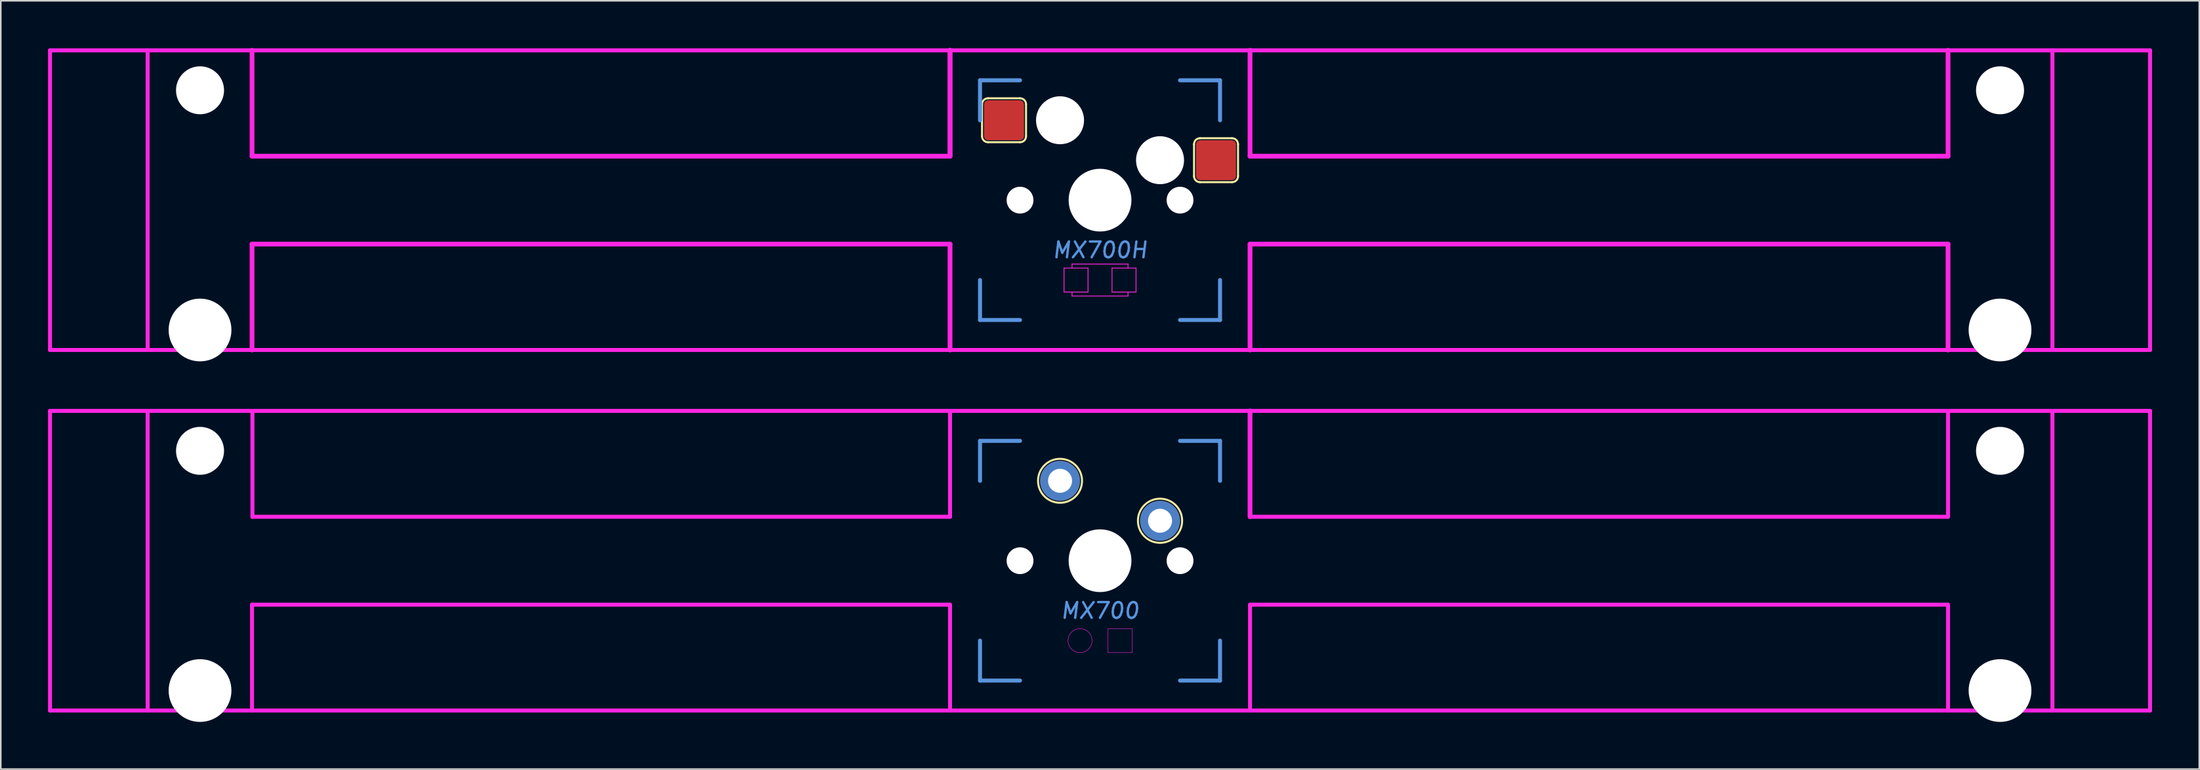
<source format=kicad_pcb>
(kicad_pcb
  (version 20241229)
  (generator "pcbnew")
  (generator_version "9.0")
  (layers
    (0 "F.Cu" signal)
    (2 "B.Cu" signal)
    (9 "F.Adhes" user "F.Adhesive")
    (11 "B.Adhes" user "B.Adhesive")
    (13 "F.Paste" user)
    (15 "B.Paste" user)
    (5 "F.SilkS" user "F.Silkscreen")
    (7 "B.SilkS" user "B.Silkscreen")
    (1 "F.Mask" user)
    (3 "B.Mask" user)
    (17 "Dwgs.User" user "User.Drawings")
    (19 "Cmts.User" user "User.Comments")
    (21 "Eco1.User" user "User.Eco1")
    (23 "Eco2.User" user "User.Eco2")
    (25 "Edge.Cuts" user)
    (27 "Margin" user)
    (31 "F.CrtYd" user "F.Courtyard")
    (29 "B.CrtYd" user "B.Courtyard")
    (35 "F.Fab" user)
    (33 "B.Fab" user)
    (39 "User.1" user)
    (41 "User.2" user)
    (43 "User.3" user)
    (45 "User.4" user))
  (footprint "MX700"
    (layer "F.Cu")
    (at 66.802 32.599)
    (property "Reference" "MX700" (at 0 3.175 0) (layer "Cmts.User") (effects (font (size 1 1) (thickness 0.15) (italic yes))))
    (attr through_hole)
    (fp_circle (center -2.54 -5.08) (end -1.143 -5.08) (stroke (width 0.127) (type solid)) (fill no) (layer "F.SilkS"))
    (fp_circle (center 3.81 -2.54) (end 5.213 -2.54) (stroke (width 0.127) (type solid)) (fill no) (layer "F.SilkS"))
    (fp_line (start -7.62 -7.62) (end -7.62 -5.08) (stroke (width 0.254) (type solid)) (layer "Cmts.User"))
    (fp_line (start -7.62 -7.62) (end -5.08 -7.62) (stroke (width 0.254) (type solid)) (layer "Cmts.User"))
    (fp_line (start -7.62 7.62) (end -7.62 5.08) (stroke (width 0.254) (type solid)) (layer "Cmts.User"))
    (fp_line (start -7.62 7.62) (end -5.08 7.62) (stroke (width 0.254) (type solid)) (layer "Cmts.User"))
    (fp_line (start 7.62 -7.62) (end 5.08 -7.62) (stroke (width 0.254) (type solid)) (layer "Cmts.User"))
    (fp_line (start 7.62 -7.62) (end 7.62 -5.08) (stroke (width 0.254) (type solid)) (layer "Cmts.User"))
    (fp_line (start 7.62 7.62) (end 5.08 7.62) (stroke (width 0.254) (type solid)) (layer "Cmts.User"))
    (fp_line (start 7.62 7.62) (end 7.62 5.08) (stroke (width 0.254) (type solid)) (layer "Cmts.User"))
    (fp_line (start -66.675 -9.525) (end -66.675 9.525) (stroke (width 0.254) (type solid)) (layer "F.CrtYd"))
    (fp_line (start -66.675 -9.525) (end 66.675 -9.525) (stroke (width 0.254) (type solid)) (layer "F.CrtYd"))
    (fp_line (start -66.675 9.525) (end 66.675 9.525) (stroke (width 0.254) (type solid)) (layer "F.CrtYd"))
    (fp_line (start -60.477 -9.525) (end -60.477 9.525) (stroke (width 0.254) (type solid)) (layer "F.CrtYd"))
    (fp_line (start -53.848 2.794) (end -9.55 2.794) (stroke (width 0.254) (type solid)) (layer "F.CrtYd"))
    (fp_line (start -53.848 9.525) (end -53.848 2.794) (stroke (width 0.254) (type solid)) (layer "F.CrtYd"))
    (fp_line (start -53.823 -9.525) (end -53.823 -2.794) (stroke (width 0.254) (type solid)) (layer "F.CrtYd"))
    (fp_line (start -53.823 -2.794) (end -9.525 -2.794) (stroke (width 0.254) (type solid)) (layer "F.CrtYd"))
    (fp_line (start -9.525 -9.525) (end -9.525 -2.794) (stroke (width 0.254) (type solid)) (layer "F.CrtYd"))
    (fp_line (start -9.525 2.794) (end -9.525 9.525) (stroke (width 0.254) (type solid)) (layer "F.CrtYd"))
    (fp_line (start 0.508 4.318) (end 2.032 4.318) (stroke (width 0.025) (type solid)) (layer "F.CrtYd"))
    (fp_line (start 0.508 4.572) (end 0.508 4.318) (stroke (width 0.025) (type solid)) (layer "F.CrtYd"))
    (fp_line (start 0.508 5.842) (end 0.508 4.572) (stroke (width 0.025) (type solid)) (layer "F.CrtYd"))
    (fp_line (start 2.032 4.318) (end 2.032 5.842) (stroke (width 0.025) (type solid)) (layer "F.CrtYd"))
    (fp_line (start 2.032 5.842) (end 0.508 5.842) (stroke (width 0.025) (type solid)) (layer "F.CrtYd"))
    (fp_line (start 9.525 -9.525) (end 9.525 -2.794) (stroke (width 0.3) (type solid)) (layer "F.CrtYd"))
    (fp_line (start 9.525 -2.794) (end 53.823 -2.794) (stroke (width 0.254) (type solid)) (layer "F.CrtYd"))
    (fp_line (start 9.525 2.794) (end 9.525 9.525) (stroke (width 0.254) (type solid)) (layer "F.CrtYd"))
    (fp_line (start 9.525 2.794) (end 53.823 2.794) (stroke (width 0.254) (type solid)) (layer "F.CrtYd"))
    (fp_line (start 53.848 -9.525) (end 53.848 -2.794) (stroke (width 0.254) (type solid)) (layer "F.CrtYd"))
    (fp_line (start 53.848 9.525) (end 53.848 2.794) (stroke (width 0.254) (type solid)) (layer "F.CrtYd"))
    (fp_line (start 60.477 -9.525) (end 60.477 9.525) (stroke (width 0.254) (type solid)) (layer "F.CrtYd"))
    (fp_line (start 66.675 -9.525) (end 66.675 9.525) (stroke (width 0.254) (type solid)) (layer "F.CrtYd"))
    (fp_circle (center -1.27 5.08) (end -0.508 5.08) (stroke (width 0.025) (type solid)) (fill no) (layer "F.CrtYd"))
    (pad "" np_thru_hole circle (at -57.15 -6.985) (size 3.048 3.048) (drill 3.048) (layers "*.Cu" "*.Mask"))
    (pad "" np_thru_hole circle (at -57.15 8.255) (size 3.988 3.988) (drill 3.988) (layers "*.Cu" "*.Mask"))
    (pad "" np_thru_hole circle (at -5.08 0) (size 1.702 1.702) (drill 1.702) (layers "*.Cu" "*.Mask"))
    (pad "" np_thru_hole circle (at 0 0) (size 3.988 3.988) (drill 3.988) (layers "*.Cu" "*.Mask"))
    (pad "" np_thru_hole circle (at 5.08 0) (size 1.702 1.702) (drill 1.702) (layers "*.Cu" "*.Mask"))
    (pad "" np_thru_hole circle (at 57.15 -6.985) (size 3.048 3.048) (drill 3.048) (layers "*.Cu" "*.Mask"))
    (pad "" np_thru_hole circle (at 57.15 8.255) (size 3.988 3.988) (drill 3.988) (layers "*.Cu" "*.Mask"))
    (pad "1" thru_hole circle (at -2.54 -5.08) (size 2.54 2.54) (drill 1.524) (layers "*.Cu" "*.Mask"))
    (pad "2" thru_hole circle (at 3.81 -2.54) (size 2.54 2.54) (drill 1.524) (layers "*.Cu" "*.Mask")))
  (footprint "MX700H"
    (layer "F.Cu")
    (at 66.802 9.675)
    (property "Reference" "MX700H" (at 0 3.175 0) (layer "Cmts.User") (effects (font (size 1 1) (thickness 0.15) (italic yes))))
    (attr through_hole)
    (fp_line (start -7.493 -6.096) (end -7.493 -4.064) (stroke (width 0.127) (type solid)) (layer "F.SilkS"))
    (fp_line (start -7.112 -3.683) (end -5.08 -3.683) (stroke (width 0.127) (type solid)) (layer "F.SilkS"))
    (fp_line (start -5.08 -6.477) (end -7.112 -6.477) (stroke (width 0.127) (type solid)) (layer "F.SilkS"))
    (fp_line (start -4.699 -4.064) (end -4.699 -6.096) (stroke (width 0.127) (type solid)) (layer "F.SilkS"))
    (fp_line (start 5.969 -3.556) (end 5.969 -1.524) (stroke (width 0.127) (type solid)) (layer "F.SilkS"))
    (fp_line (start 6.35 -1.143) (end 8.382 -1.143) (stroke (width 0.127) (type solid)) (layer "F.SilkS"))
    (fp_line (start 8.382 -3.937) (end 6.35 -3.937) (stroke (width 0.127) (type solid)) (layer "F.SilkS"))
    (fp_line (start 8.763 -1.524) (end 8.763 -3.556) (stroke (width 0.127) (type solid)) (layer "F.SilkS"))
    (fp_arc (start -7.493 -6.096) (mid -7.381408 -6.365408) (end -7.112 -6.477) (stroke (width 0.127) (type solid)) (layer "F.SilkS"))
    (fp_arc (start -7.112 -3.683) (mid -7.381408 -3.794592) (end -7.493 -4.064) (stroke (width 0.127) (type solid)) (layer "F.SilkS"))
    (fp_arc (start -5.08 -6.477) (mid -4.810592 -6.365408) (end -4.699 -6.096) (stroke (width 0.127) (type solid)) (layer "F.SilkS"))
    (fp_arc (start -4.699 -4.064) (mid -4.810592 -3.794592) (end -5.08 -3.683) (stroke (width 0.127) (type solid)) (layer "F.SilkS"))
    (fp_arc (start 5.969 -3.556) (mid 6.080592 -3.825408) (end 6.35 -3.937) (stroke (width 0.127) (type solid)) (layer "F.SilkS"))
    (fp_arc (start 6.35 -1.143) (mid 6.080592 -1.254592) (end 5.969 -1.524) (stroke (width 0.127) (type solid)) (layer "F.SilkS"))
    (fp_arc (start 8.382 -3.937) (mid 8.651408 -3.825408) (end 8.763 -3.556) (stroke (width 0.127) (type solid)) (layer "F.SilkS"))
    (fp_arc (start 8.763 -1.524) (mid 8.651408 -1.254592) (end 8.382 -1.143) (stroke (width 0.127) (type solid)) (layer "F.SilkS"))
    (fp_line (start -7.62 -7.62) (end -7.62 -5.08) (stroke (width 0.254) (type solid)) (layer "Cmts.User"))
    (fp_line (start -7.62 -7.62) (end -5.08 -7.62) (stroke (width 0.254) (type solid)) (layer "Cmts.User"))
    (fp_line (start -7.62 7.62) (end -7.62 5.08) (stroke (width 0.254) (type solid)) (layer "Cmts.User"))
    (fp_line (start -7.62 7.62) (end -5.08 7.62) (stroke (width 0.254) (type solid)) (layer "Cmts.User"))
    (fp_line (start 7.62 -7.62) (end 5.08 -7.62) (stroke (width 0.254) (type solid)) (layer "Cmts.User"))
    (fp_line (start 7.62 -7.62) (end 7.62 -5.08) (stroke (width 0.254) (type solid)) (layer "Cmts.User"))
    (fp_line (start 7.62 7.62) (end 5.08 7.62) (stroke (width 0.254) (type solid)) (layer "Cmts.User"))
    (fp_line (start 7.62 7.62) (end 7.62 5.08) (stroke (width 0.254) (type solid)) (layer "Cmts.User"))
    (fp_line (start -66.675 -9.525) (end -66.675 9.525) (stroke (width 0.254) (type solid)) (layer "F.CrtYd"))
    (fp_line (start -66.675 -9.525) (end 66.675 -9.525) (stroke (width 0.254) (type solid)) (layer "F.CrtYd"))
    (fp_line (start -66.675 9.525) (end 66.675 9.525) (stroke (width 0.254) (type solid)) (layer "F.CrtYd"))
    (fp_line (start -60.477 -9.525) (end -60.477 9.525) (stroke (width 0.254) (type solid)) (layer "F.CrtYd"))
    (fp_line (start -53.848 -9.525) (end -53.848 -2.794) (stroke (width 0.3) (type solid)) (layer "F.CrtYd"))
    (fp_line (start -53.848 -2.794) (end -9.525 -2.794) (stroke (width 0.3) (type solid)) (layer "F.CrtYd"))
    (fp_line (start -53.848 2.794) (end -9.525 2.794) (stroke (width 0.3) (type solid)) (layer "F.CrtYd"))
    (fp_line (start -53.848 9.525) (end -53.848 2.794) (stroke (width 0.3) (type solid)) (layer "F.CrtYd"))
    (fp_line (start -9.525 -9.525) (end -9.525 -2.794) (stroke (width 0.3) (type solid)) (layer "F.CrtYd"))
    (fp_line (start -9.525 -9.525) (end -9.525 -2.794) (stroke (width 0.3) (type solid)) (layer "F.CrtYd"))
    (fp_line (start -9.525 9.525) (end -9.525 2.794) (stroke (width 0.3) (type solid)) (layer "F.CrtYd"))
    (fp_line (start -2.286 4.318) (end -0.762 4.318) (stroke (width 0.051) (type solid)) (layer "F.CrtYd"))
    (fp_line (start -2.286 5.842) (end -2.286 4.318) (stroke (width 0.051) (type solid)) (layer "F.CrtYd"))
    (fp_line (start -1.778 4.064) (end 1.778 4.064) (stroke (width 0.051) (type solid)) (layer "F.CrtYd"))
    (fp_line (start -1.778 4.318) (end -1.778 4.064) (stroke (width 0.051) (type solid)) (layer "F.CrtYd"))
    (fp_line (start -1.778 6.096) (end -1.778 5.842) (stroke (width 0.051) (type solid)) (layer "F.CrtYd"))
    (fp_line (start -0.762 4.318) (end -0.762 5.842) (stroke (width 0.051) (type solid)) (layer "F.CrtYd"))
    (fp_line (start -0.762 5.842) (end -2.286 5.842) (stroke (width 0.051) (type solid)) (layer "F.CrtYd"))
    (fp_line (start 0.762 4.318) (end 2.286 4.318) (stroke (width 0.051) (type solid)) (layer "F.CrtYd"))
    (fp_line (start 0.762 5.842) (end 0.762 4.318) (stroke (width 0.051) (type solid)) (layer "F.CrtYd"))
    (fp_line (start 1.778 4.064) (end 1.778 4.318) (stroke (width 0.051) (type solid)) (layer "F.CrtYd"))
    (fp_line (start 1.778 5.842) (end 1.778 6.096) (stroke (width 0.051) (type solid)) (layer "F.CrtYd"))
    (fp_line (start 1.778 6.096) (end -1.778 6.096) (stroke (width 0.051) (type solid)) (layer "F.CrtYd"))
    (fp_line (start 2.286 4.318) (end 2.286 5.842) (stroke (width 0.051) (type solid)) (layer "F.CrtYd"))
    (fp_line (start 2.286 5.842) (end 0.762 5.842) (stroke (width 0.051) (type solid)) (layer "F.CrtYd"))
    (fp_line (start 9.525 -9.525) (end 9.525 -2.794) (stroke (width 0.3) (type solid)) (layer "F.CrtYd"))
    (fp_line (start 9.525 -2.794) (end 53.848 -2.794) (stroke (width 0.3) (type solid)) (layer "F.CrtYd"))
    (fp_line (start 9.525 2.794) (end 53.848 2.794) (stroke (width 0.3) (type solid)) (layer "F.CrtYd"))
    (fp_line (start 9.525 9.525) (end 9.525 2.794) (stroke (width 0.3) (type solid)) (layer "F.CrtYd"))
    (fp_line (start 53.848 -9.525) (end 53.848 -2.794) (stroke (width 0.3) (type solid)) (layer "F.CrtYd"))
    (fp_line (start 53.848 9.525) (end 53.848 2.794) (stroke (width 0.3) (type solid)) (layer "F.CrtYd"))
    (fp_line (start 60.477 -9.525) (end 60.477 9.525) (stroke (width 0.254) (type solid)) (layer "F.CrtYd"))
    (fp_line (start 66.675 -9.525) (end 66.675 9.525) (stroke (width 0.254) (type solid)) (layer "F.CrtYd"))
    (pad "" np_thru_hole circle (at -57.15 -6.985) (size 3.048 3.048) (drill 3.048) (layers "*.Cu" "*.Mask"))
    (pad "" np_thru_hole circle (at -57.15 8.255) (size 3.988 3.988) (drill 3.988) (layers "*.Cu" "*.Mask"))
    (pad "" np_thru_hole circle (at -5.08 0) (size 1.702 1.702) (drill 1.702) (layers "*.Cu" "*.Mask"))
    (pad "" np_thru_hole circle (at -2.54 -5.08) (size 3.048 3.048) (drill 3.048) (layers "*.Cu" "*.Mask"))
    (pad "" np_thru_hole circle (at 0 0) (size 3.988 3.988) (drill 3.988) (layers "*.Cu" "*.Mask"))
    (pad "" np_thru_hole circle (at 3.81 -2.54) (size 3.048 3.048) (drill 3.048) (layers "*.Cu" "*.Mask"))
    (pad "" np_thru_hole circle (at 5.08 0) (size 1.702 1.702) (drill 1.702) (layers "*.Cu" "*.Mask"))
    (pad "" np_thru_hole circle (at 57.15 -6.985) (size 3.048 3.048) (drill 3.048) (layers "*.Cu" "*.Mask"))
    (pad "" np_thru_hole circle (at 57.15 8.255) (size 3.988 3.988) (drill 3.988) (layers "*.Cu" "*.Mask"))
    (pad "1" smd roundrect (at -6.096 -5.08) (size 2.54 2.54) (layers "F.Cu" "F.Mask" "F.Paste") (roundrect_rratio 0.1))
    (pad "2" smd roundrect (at 7.366 -2.54) (size 2.54 2.54) (layers "F.Cu" "F.Mask" "F.Paste") (roundrect_rratio 0.1)))
  (gr_rect
    (start -3 -3)
    (end 136.604 45.848)
    (stroke (width 0.1) (type default))
    (fill no)
    (layer "Edge.Cuts")))
</source>
